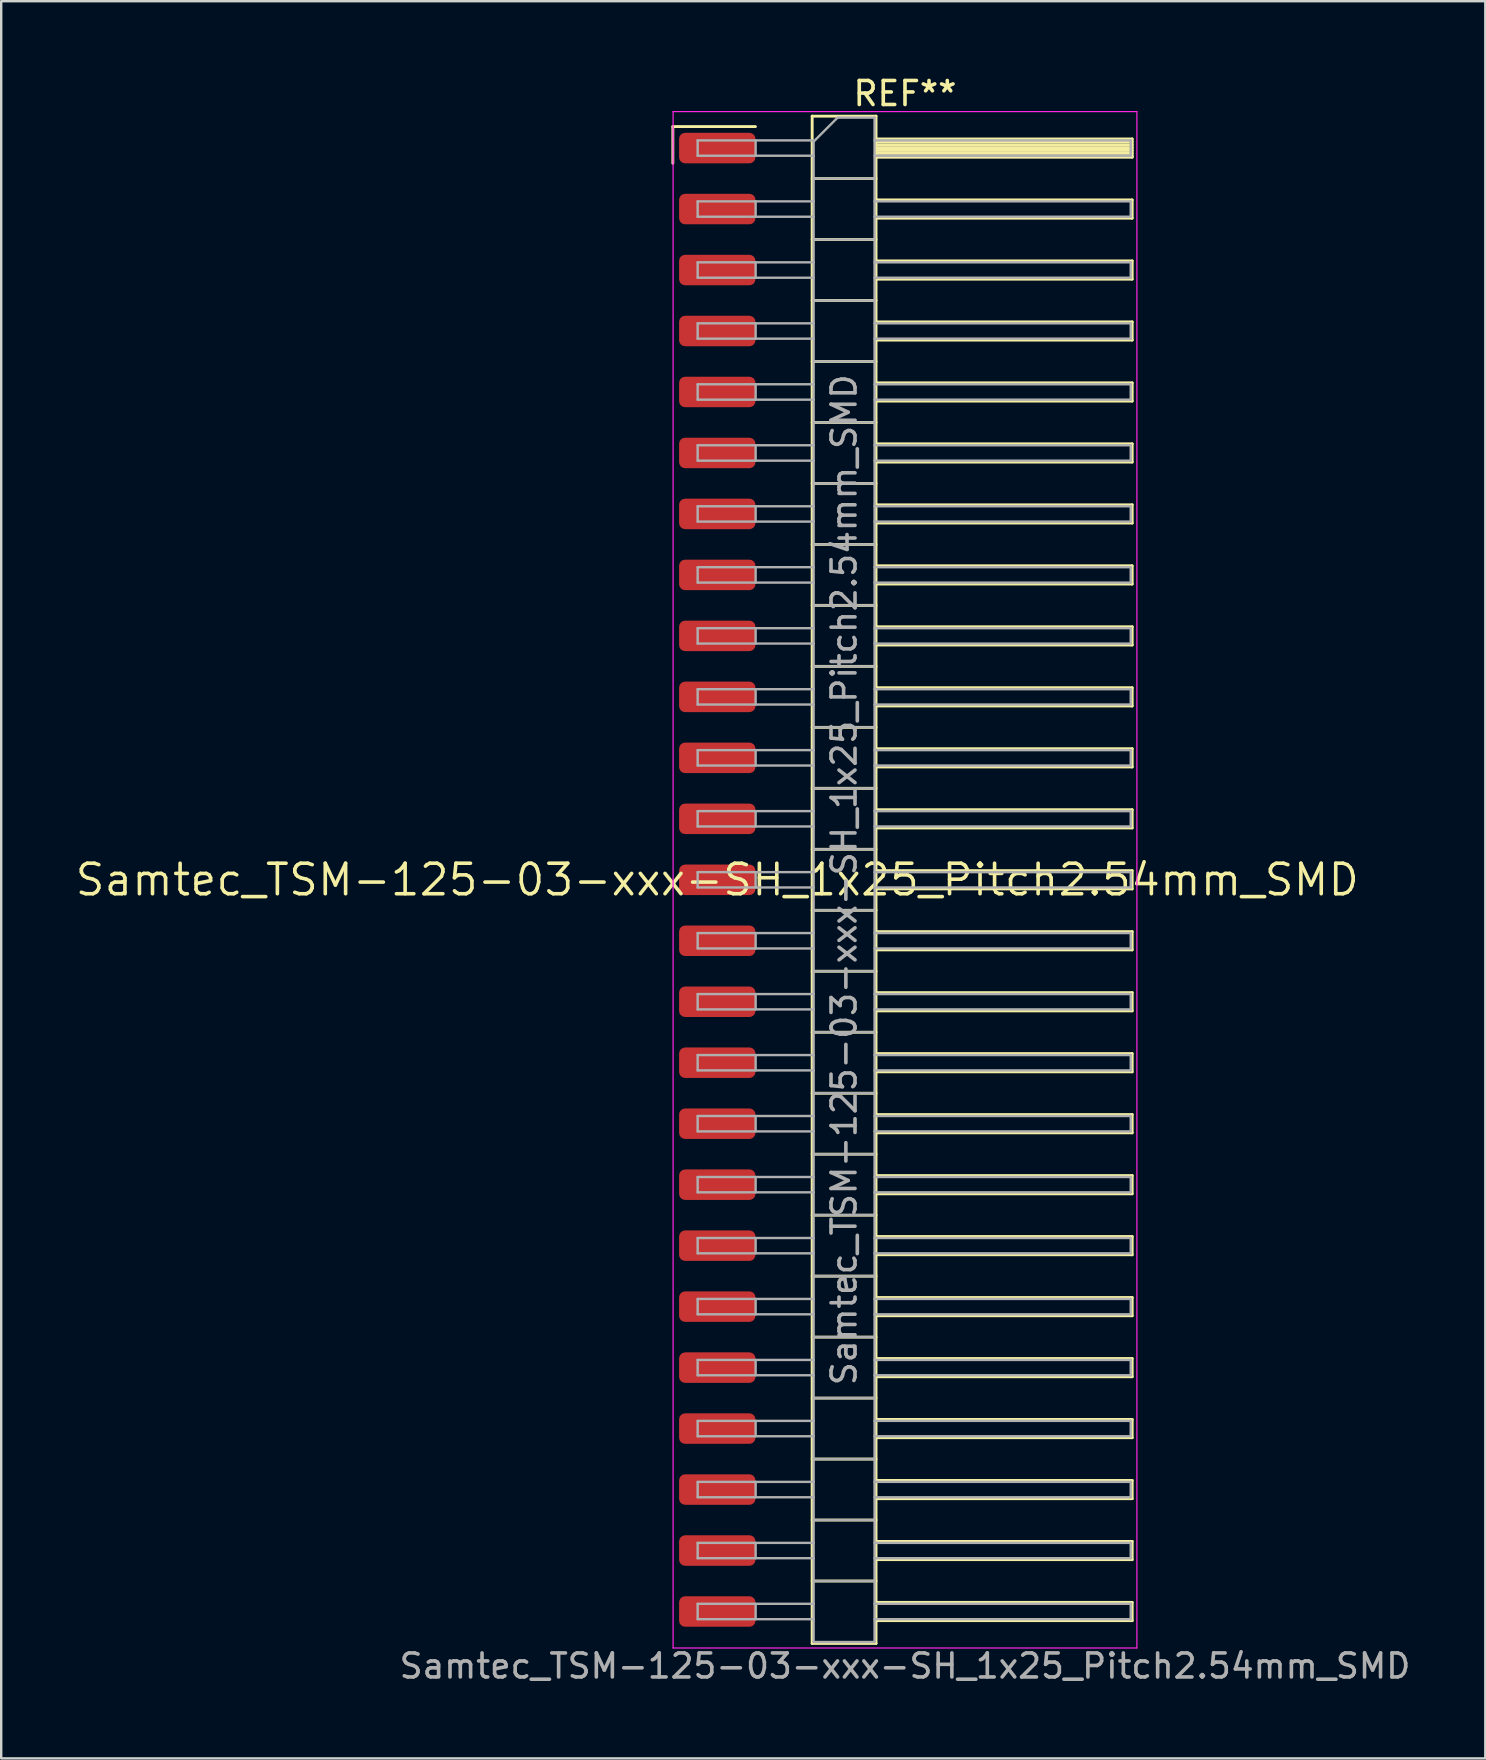
<source format=kicad_pcb>
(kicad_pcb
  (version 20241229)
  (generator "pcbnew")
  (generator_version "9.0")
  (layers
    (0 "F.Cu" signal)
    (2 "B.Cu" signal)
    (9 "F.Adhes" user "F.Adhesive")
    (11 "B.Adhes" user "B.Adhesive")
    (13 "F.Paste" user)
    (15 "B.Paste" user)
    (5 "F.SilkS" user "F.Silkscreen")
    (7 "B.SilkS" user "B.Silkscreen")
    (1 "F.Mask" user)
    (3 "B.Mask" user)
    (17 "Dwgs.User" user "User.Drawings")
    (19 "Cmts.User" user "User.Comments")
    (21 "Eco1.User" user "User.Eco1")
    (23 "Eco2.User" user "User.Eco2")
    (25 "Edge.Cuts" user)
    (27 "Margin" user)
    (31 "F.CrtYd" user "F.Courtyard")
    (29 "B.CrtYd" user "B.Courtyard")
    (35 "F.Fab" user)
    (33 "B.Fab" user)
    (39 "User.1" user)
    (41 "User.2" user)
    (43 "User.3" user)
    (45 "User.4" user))
  (footprint "Samtec_TSM-125-03-xxx-SH_1x25_Pitch2.54mm_SMD"
    (layer "F.Cu")
    (at 26.828 33.598)
    (property "Reference" "Samtec_TSM-125-03-xxx-SH_1x25_Pitch2.54mm_SMD" (at 0 0 0) (layer "F.SilkS") (effects (font (size 1.27 1.27) (thickness 0.15))))
    (attr smd)
    (fp_line (start -1.85 -31.375) (end 1.59 -31.375) (stroke (width 0.12) (type solid)) (layer "F.SilkS"))
    (fp_line (start -1.85 -29.845) (end -1.85 -31.375) (stroke (width 0.12) (type solid)) (layer "F.SilkS"))
    (fp_line (start 3.953 -31.81) (end 6.613 -31.81) (stroke (width 0.12) (type solid)) (layer "F.SilkS"))
    (fp_line (start 3.953 -29.21) (end 6.613 -29.21) (stroke (width 0.12) (type solid)) (layer "F.SilkS"))
    (fp_line (start 3.953 -26.67) (end 6.613 -26.67) (stroke (width 0.12) (type solid)) (layer "F.SilkS"))
    (fp_line (start 3.953 -24.13) (end 6.613 -24.13) (stroke (width 0.12) (type solid)) (layer "F.SilkS"))
    (fp_line (start 3.953 -21.59) (end 6.613 -21.59) (stroke (width 0.12) (type solid)) (layer "F.SilkS"))
    (fp_line (start 3.953 -19.05) (end 6.613 -19.05) (stroke (width 0.12) (type solid)) (layer "F.SilkS"))
    (fp_line (start 3.953 -16.51) (end 6.613 -16.51) (stroke (width 0.12) (type solid)) (layer "F.SilkS"))
    (fp_line (start 3.953 -13.97) (end 6.613 -13.97) (stroke (width 0.12) (type solid)) (layer "F.SilkS"))
    (fp_line (start 3.953 -11.43) (end 6.613 -11.43) (stroke (width 0.12) (type solid)) (layer "F.SilkS"))
    (fp_line (start 3.953 -8.89) (end 6.613 -8.89) (stroke (width 0.12) (type solid)) (layer "F.SilkS"))
    (fp_line (start 3.953 -6.35) (end 6.613 -6.35) (stroke (width 0.12) (type solid)) (layer "F.SilkS"))
    (fp_line (start 3.953 -3.81) (end 6.613 -3.81) (stroke (width 0.12) (type solid)) (layer "F.SilkS"))
    (fp_line (start 3.953 -1.27) (end 6.613 -1.27) (stroke (width 0.12) (type solid)) (layer "F.SilkS"))
    (fp_line (start 3.953 1.27) (end 6.613 1.27) (stroke (width 0.12) (type solid)) (layer "F.SilkS"))
    (fp_line (start 3.953 3.81) (end 6.613 3.81) (stroke (width 0.12) (type solid)) (layer "F.SilkS"))
    (fp_line (start 3.953 6.35) (end 6.613 6.35) (stroke (width 0.12) (type solid)) (layer "F.SilkS"))
    (fp_line (start 3.953 8.89) (end 6.613 8.89) (stroke (width 0.12) (type solid)) (layer "F.SilkS"))
    (fp_line (start 3.953 11.43) (end 6.613 11.43) (stroke (width 0.12) (type solid)) (layer "F.SilkS"))
    (fp_line (start 3.953 13.97) (end 6.613 13.97) (stroke (width 0.12) (type solid)) (layer "F.SilkS"))
    (fp_line (start 3.953 16.51) (end 6.613 16.51) (stroke (width 0.12) (type solid)) (layer "F.SilkS"))
    (fp_line (start 3.953 19.05) (end 6.613 19.05) (stroke (width 0.12) (type solid)) (layer "F.SilkS"))
    (fp_line (start 3.953 21.59) (end 6.613 21.59) (stroke (width 0.12) (type solid)) (layer "F.SilkS"))
    (fp_line (start 3.953 24.13) (end 6.613 24.13) (stroke (width 0.12) (type solid)) (layer "F.SilkS"))
    (fp_line (start 3.953 26.67) (end 6.613 26.67) (stroke (width 0.12) (type solid)) (layer "F.SilkS"))
    (fp_line (start 3.953 29.21) (end 6.613 29.21) (stroke (width 0.12) (type solid)) (layer "F.SilkS"))
    (fp_line (start 3.953 31.81) (end 3.953 -31.81) (stroke (width 0.12) (type solid)) (layer "F.SilkS"))
    (fp_line (start 6.613 -31.81) (end 6.613 31.81) (stroke (width 0.12) (type solid)) (layer "F.SilkS"))
    (fp_line (start 6.613 -30.86) (end 17.283 -30.86) (stroke (width 0.12) (type solid)) (layer "F.SilkS"))
    (fp_line (start 6.613 -30.74) (end 17.283 -30.74) (stroke (width 0.12) (type solid)) (layer "F.SilkS"))
    (fp_line (start 6.613 -30.62) (end 17.283 -30.62) (stroke (width 0.12) (type solid)) (layer "F.SilkS"))
    (fp_line (start 6.613 -30.5) (end 17.283 -30.5) (stroke (width 0.12) (type solid)) (layer "F.SilkS"))
    (fp_line (start 6.613 -30.38) (end 17.283 -30.38) (stroke (width 0.12) (type solid)) (layer "F.SilkS"))
    (fp_line (start 6.613 -30.26) (end 17.283 -30.26) (stroke (width 0.12) (type solid)) (layer "F.SilkS"))
    (fp_line (start 6.613 -30.14) (end 17.283 -30.14) (stroke (width 0.12) (type solid)) (layer "F.SilkS"))
    (fp_line (start 6.613 -30.1) (end 17.283 -30.1) (stroke (width 0.12) (type solid)) (layer "F.SilkS"))
    (fp_line (start 6.613 -28.32) (end 17.283 -28.32) (stroke (width 0.12) (type solid)) (layer "F.SilkS"))
    (fp_line (start 6.613 -27.56) (end 17.283 -27.56) (stroke (width 0.12) (type solid)) (layer "F.SilkS"))
    (fp_line (start 6.613 -25.78) (end 17.283 -25.78) (stroke (width 0.12) (type solid)) (layer "F.SilkS"))
    (fp_line (start 6.613 -25.02) (end 17.283 -25.02) (stroke (width 0.12) (type solid)) (layer "F.SilkS"))
    (fp_line (start 6.613 -23.24) (end 17.283 -23.24) (stroke (width 0.12) (type solid)) (layer "F.SilkS"))
    (fp_line (start 6.613 -22.48) (end 17.283 -22.48) (stroke (width 0.12) (type solid)) (layer "F.SilkS"))
    (fp_line (start 6.613 -20.7) (end 17.283 -20.7) (stroke (width 0.12) (type solid)) (layer "F.SilkS"))
    (fp_line (start 6.613 -19.94) (end 17.283 -19.94) (stroke (width 0.12) (type solid)) (layer "F.SilkS"))
    (fp_line (start 6.613 -18.16) (end 17.283 -18.16) (stroke (width 0.12) (type solid)) (layer "F.SilkS"))
    (fp_line (start 6.613 -17.4) (end 17.283 -17.4) (stroke (width 0.12) (type solid)) (layer "F.SilkS"))
    (fp_line (start 6.613 -15.62) (end 17.283 -15.62) (stroke (width 0.12) (type solid)) (layer "F.SilkS"))
    (fp_line (start 6.613 -14.86) (end 17.283 -14.86) (stroke (width 0.12) (type solid)) (layer "F.SilkS"))
    (fp_line (start 6.613 -13.08) (end 17.283 -13.08) (stroke (width 0.12) (type solid)) (layer "F.SilkS"))
    (fp_line (start 6.613 -12.32) (end 17.283 -12.32) (stroke (width 0.12) (type solid)) (layer "F.SilkS"))
    (fp_line (start 6.613 -10.54) (end 17.283 -10.54) (stroke (width 0.12) (type solid)) (layer "F.SilkS"))
    (fp_line (start 6.613 -9.78) (end 17.283 -9.78) (stroke (width 0.12) (type solid)) (layer "F.SilkS"))
    (fp_line (start 6.613 -8) (end 17.283 -8) (stroke (width 0.12) (type solid)) (layer "F.SilkS"))
    (fp_line (start 6.613 -7.24) (end 17.283 -7.24) (stroke (width 0.12) (type solid)) (layer "F.SilkS"))
    (fp_line (start 6.613 -5.46) (end 17.283 -5.46) (stroke (width 0.12) (type solid)) (layer "F.SilkS"))
    (fp_line (start 6.613 -4.7) (end 17.283 -4.7) (stroke (width 0.12) (type solid)) (layer "F.SilkS"))
    (fp_line (start 6.613 -2.92) (end 17.283 -2.92) (stroke (width 0.12) (type solid)) (layer "F.SilkS"))
    (fp_line (start 6.613 -2.16) (end 17.283 -2.16) (stroke (width 0.12) (type solid)) (layer "F.SilkS"))
    (fp_line (start 6.613 -0.38) (end 17.283 -0.38) (stroke (width 0.12) (type solid)) (layer "F.SilkS"))
    (fp_line (start 6.613 0.38) (end 17.283 0.38) (stroke (width 0.12) (type solid)) (layer "F.SilkS"))
    (fp_line (start 6.613 2.16) (end 17.283 2.16) (stroke (width 0.12) (type solid)) (layer "F.SilkS"))
    (fp_line (start 6.613 2.92) (end 17.283 2.92) (stroke (width 0.12) (type solid)) (layer "F.SilkS"))
    (fp_line (start 6.613 4.7) (end 17.283 4.7) (stroke (width 0.12) (type solid)) (layer "F.SilkS"))
    (fp_line (start 6.613 5.46) (end 17.283 5.46) (stroke (width 0.12) (type solid)) (layer "F.SilkS"))
    (fp_line (start 6.613 7.24) (end 17.283 7.24) (stroke (width 0.12) (type solid)) (layer "F.SilkS"))
    (fp_line (start 6.613 8) (end 17.283 8) (stroke (width 0.12) (type solid)) (layer "F.SilkS"))
    (fp_line (start 6.613 9.78) (end 17.283 9.78) (stroke (width 0.12) (type solid)) (layer "F.SilkS"))
    (fp_line (start 6.613 10.54) (end 17.283 10.54) (stroke (width 0.12) (type solid)) (layer "F.SilkS"))
    (fp_line (start 6.613 12.32) (end 17.283 12.32) (stroke (width 0.12) (type solid)) (layer "F.SilkS"))
    (fp_line (start 6.613 13.08) (end 17.283 13.08) (stroke (width 0.12) (type solid)) (layer "F.SilkS"))
    (fp_line (start 6.613 14.86) (end 17.283 14.86) (stroke (width 0.12) (type solid)) (layer "F.SilkS"))
    (fp_line (start 6.613 15.62) (end 17.283 15.62) (stroke (width 0.12) (type solid)) (layer "F.SilkS"))
    (fp_line (start 6.613 17.4) (end 17.283 17.4) (stroke (width 0.12) (type solid)) (layer "F.SilkS"))
    (fp_line (start 6.613 18.16) (end 17.283 18.16) (stroke (width 0.12) (type solid)) (layer "F.SilkS"))
    (fp_line (start 6.613 19.94) (end 17.283 19.94) (stroke (width 0.12) (type solid)) (layer "F.SilkS"))
    (fp_line (start 6.613 20.7) (end 17.283 20.7) (stroke (width 0.12) (type solid)) (layer "F.SilkS"))
    (fp_line (start 6.613 22.48) (end 17.283 22.48) (stroke (width 0.12) (type solid)) (layer "F.SilkS"))
    (fp_line (start 6.613 23.24) (end 17.283 23.24) (stroke (width 0.12) (type solid)) (layer "F.SilkS"))
    (fp_line (start 6.613 25.02) (end 17.283 25.02) (stroke (width 0.12) (type solid)) (layer "F.SilkS"))
    (fp_line (start 6.613 25.78) (end 17.283 25.78) (stroke (width 0.12) (type solid)) (layer "F.SilkS"))
    (fp_line (start 6.613 27.56) (end 17.283 27.56) (stroke (width 0.12) (type solid)) (layer "F.SilkS"))
    (fp_line (start 6.613 28.32) (end 17.283 28.32) (stroke (width 0.12) (type solid)) (layer "F.SilkS"))
    (fp_line (start 6.613 30.1) (end 17.283 30.1) (stroke (width 0.12) (type solid)) (layer "F.SilkS"))
    (fp_line (start 6.613 30.86) (end 17.283 30.86) (stroke (width 0.12) (type solid)) (layer "F.SilkS"))
    (fp_line (start 6.613 31.81) (end 3.953 31.81) (stroke (width 0.12) (type solid)) (layer "F.SilkS"))
    (fp_line (start 17.283 -30.86) (end 17.283 -30.1) (stroke (width 0.12) (type solid)) (layer "F.SilkS"))
    (fp_line (start 17.283 -28.32) (end 17.283 -27.56) (stroke (width 0.12) (type solid)) (layer "F.SilkS"))
    (fp_line (start 17.283 -25.78) (end 17.283 -25.02) (stroke (width 0.12) (type solid)) (layer "F.SilkS"))
    (fp_line (start 17.283 -23.24) (end 17.283 -22.48) (stroke (width 0.12) (type solid)) (layer "F.SilkS"))
    (fp_line (start 17.283 -20.7) (end 17.283 -19.94) (stroke (width 0.12) (type solid)) (layer "F.SilkS"))
    (fp_line (start 17.283 -18.16) (end 17.283 -17.4) (stroke (width 0.12) (type solid)) (layer "F.SilkS"))
    (fp_line (start 17.283 -15.62) (end 17.283 -14.86) (stroke (width 0.12) (type solid)) (layer "F.SilkS"))
    (fp_line (start 17.283 -13.08) (end 17.283 -12.32) (stroke (width 0.12) (type solid)) (layer "F.SilkS"))
    (fp_line (start 17.283 -10.54) (end 17.283 -9.78) (stroke (width 0.12) (type solid)) (layer "F.SilkS"))
    (fp_line (start 17.283 -8) (end 17.283 -7.24) (stroke (width 0.12) (type solid)) (layer "F.SilkS"))
    (fp_line (start 17.283 -5.46) (end 17.283 -4.7) (stroke (width 0.12) (type solid)) (layer "F.SilkS"))
    (fp_line (start 17.283 -2.92) (end 17.283 -2.16) (stroke (width 0.12) (type solid)) (layer "F.SilkS"))
    (fp_line (start 17.283 -0.38) (end 17.283 0.38) (stroke (width 0.12) (type solid)) (layer "F.SilkS"))
    (fp_line (start 17.283 2.16) (end 17.283 2.92) (stroke (width 0.12) (type solid)) (layer "F.SilkS"))
    (fp_line (start 17.283 4.7) (end 17.283 5.46) (stroke (width 0.12) (type solid)) (layer "F.SilkS"))
    (fp_line (start 17.283 7.24) (end 17.283 8) (stroke (width 0.12) (type solid)) (layer "F.SilkS"))
    (fp_line (start 17.283 9.78) (end 17.283 10.54) (stroke (width 0.12) (type solid)) (layer "F.SilkS"))
    (fp_line (start 17.283 12.32) (end 17.283 13.08) (stroke (width 0.12) (type solid)) (layer "F.SilkS"))
    (fp_line (start 17.283 14.86) (end 17.283 15.62) (stroke (width 0.12) (type solid)) (layer "F.SilkS"))
    (fp_line (start 17.283 17.4) (end 17.283 18.16) (stroke (width 0.12) (type solid)) (layer "F.SilkS"))
    (fp_line (start 17.283 19.94) (end 17.283 20.7) (stroke (width 0.12) (type solid)) (layer "F.SilkS"))
    (fp_line (start 17.283 22.48) (end 17.283 23.24) (stroke (width 0.12) (type solid)) (layer "F.SilkS"))
    (fp_line (start 17.283 25.02) (end 17.283 25.78) (stroke (width 0.12) (type solid)) (layer "F.SilkS"))
    (fp_line (start 17.283 27.56) (end 17.283 28.32) (stroke (width 0.12) (type solid)) (layer "F.SilkS"))
    (fp_line (start 17.283 30.1) (end 17.283 30.86) (stroke (width 0.12) (type solid)) (layer "F.SilkS"))
    (fp_line (start -1.84 -32) (end 17.48 -32) (stroke (width 0.05) (type solid)) (layer "F.CrtYd"))
    (fp_line (start -1.84 32) (end -1.84 -32) (stroke (width 0.05) (type solid)) (layer "F.CrtYd"))
    (fp_line (start 17.48 -32) (end 17.48 32) (stroke (width 0.05) (type solid)) (layer "F.CrtYd"))
    (fp_line (start 17.48 32) (end -1.84 32) (stroke (width 0.05) (type solid)) (layer "F.CrtYd"))
    (fp_line (start -0.817 -30.8) (end -0.817 -30.16) (stroke (width 0.1) (type solid)) (layer "F.Fab"))
    (fp_line (start -0.817 -30.8) (end 4.013 -30.8) (stroke (width 0.1) (type solid)) (layer "F.Fab"))
    (fp_line (start -0.817 -30.16) (end 4.013 -30.16) (stroke (width 0.1) (type solid)) (layer "F.Fab"))
    (fp_line (start -0.817 -28.26) (end -0.817 -27.62) (stroke (width 0.1) (type solid)) (layer "F.Fab"))
    (fp_line (start -0.817 -28.26) (end 4.013 -28.26) (stroke (width 0.1) (type solid)) (layer "F.Fab"))
    (fp_line (start -0.817 -27.62) (end 4.013 -27.62) (stroke (width 0.1) (type solid)) (layer "F.Fab"))
    (fp_line (start -0.817 -25.72) (end -0.817 -25.08) (stroke (width 0.1) (type solid)) (layer "F.Fab"))
    (fp_line (start -0.817 -25.72) (end 4.013 -25.72) (stroke (width 0.1) (type solid)) (layer "F.Fab"))
    (fp_line (start -0.817 -25.08) (end 4.013 -25.08) (stroke (width 0.1) (type solid)) (layer "F.Fab"))
    (fp_line (start -0.817 -23.18) (end -0.817 -22.54) (stroke (width 0.1) (type solid)) (layer "F.Fab"))
    (fp_line (start -0.817 -23.18) (end 4.013 -23.18) (stroke (width 0.1) (type solid)) (layer "F.Fab"))
    (fp_line (start -0.817 -22.54) (end 4.013 -22.54) (stroke (width 0.1) (type solid)) (layer "F.Fab"))
    (fp_line (start -0.817 -20.64) (end -0.817 -20) (stroke (width 0.1) (type solid)) (layer "F.Fab"))
    (fp_line (start -0.817 -20.64) (end 4.013 -20.64) (stroke (width 0.1) (type solid)) (layer "F.Fab"))
    (fp_line (start -0.817 -20) (end 4.013 -20) (stroke (width 0.1) (type solid)) (layer "F.Fab"))
    (fp_line (start -0.817 -18.1) (end -0.817 -17.46) (stroke (width 0.1) (type solid)) (layer "F.Fab"))
    (fp_line (start -0.817 -18.1) (end 4.013 -18.1) (stroke (width 0.1) (type solid)) (layer "F.Fab"))
    (fp_line (start -0.817 -17.46) (end 4.013 -17.46) (stroke (width 0.1) (type solid)) (layer "F.Fab"))
    (fp_line (start -0.817 -15.56) (end -0.817 -14.92) (stroke (width 0.1) (type solid)) (layer "F.Fab"))
    (fp_line (start -0.817 -15.56) (end 4.013 -15.56) (stroke (width 0.1) (type solid)) (layer "F.Fab"))
    (fp_line (start -0.817 -14.92) (end 4.013 -14.92) (stroke (width 0.1) (type solid)) (layer "F.Fab"))
    (fp_line (start -0.817 -13.02) (end -0.817 -12.38) (stroke (width 0.1) (type solid)) (layer "F.Fab"))
    (fp_line (start -0.817 -13.02) (end 4.013 -13.02) (stroke (width 0.1) (type solid)) (layer "F.Fab"))
    (fp_line (start -0.817 -12.38) (end 4.013 -12.38) (stroke (width 0.1) (type solid)) (layer "F.Fab"))
    (fp_line (start -0.817 -10.48) (end -0.817 -9.84) (stroke (width 0.1) (type solid)) (layer "F.Fab"))
    (fp_line (start -0.817 -10.48) (end 4.013 -10.48) (stroke (width 0.1) (type solid)) (layer "F.Fab"))
    (fp_line (start -0.817 -9.84) (end 4.013 -9.84) (stroke (width 0.1) (type solid)) (layer "F.Fab"))
    (fp_line (start -0.817 -7.94) (end -0.817 -7.3) (stroke (width 0.1) (type solid)) (layer "F.Fab"))
    (fp_line (start -0.817 -7.94) (end 4.013 -7.94) (stroke (width 0.1) (type solid)) (layer "F.Fab"))
    (fp_line (start -0.817 -7.3) (end 4.013 -7.3) (stroke (width 0.1) (type solid)) (layer "F.Fab"))
    (fp_line (start -0.817 -5.4) (end -0.817 -4.76) (stroke (width 0.1) (type solid)) (layer "F.Fab"))
    (fp_line (start -0.817 -5.4) (end 4.013 -5.4) (stroke (width 0.1) (type solid)) (layer "F.Fab"))
    (fp_line (start -0.817 -4.76) (end 4.013 -4.76) (stroke (width 0.1) (type solid)) (layer "F.Fab"))
    (fp_line (start -0.817 -2.86) (end -0.817 -2.22) (stroke (width 0.1) (type solid)) (layer "F.Fab"))
    (fp_line (start -0.817 -2.86) (end 4.013 -2.86) (stroke (width 0.1) (type solid)) (layer "F.Fab"))
    (fp_line (start -0.817 -2.22) (end 4.013 -2.22) (stroke (width 0.1) (type solid)) (layer "F.Fab"))
    (fp_line (start -0.817 -0.32) (end -0.817 0.32) (stroke (width 0.1) (type solid)) (layer "F.Fab"))
    (fp_line (start -0.817 -0.32) (end 4.013 -0.32) (stroke (width 0.1) (type solid)) (layer "F.Fab"))
    (fp_line (start -0.817 0.32) (end 4.013 0.32) (stroke (width 0.1) (type solid)) (layer "F.Fab"))
    (fp_line (start -0.817 2.22) (end -0.817 2.86) (stroke (width 0.1) (type solid)) (layer "F.Fab"))
    (fp_line (start -0.817 2.22) (end 4.013 2.22) (stroke (width 0.1) (type solid)) (layer "F.Fab"))
    (fp_line (start -0.817 2.86) (end 4.013 2.86) (stroke (width 0.1) (type solid)) (layer "F.Fab"))
    (fp_line (start -0.817 4.76) (end -0.817 5.4) (stroke (width 0.1) (type solid)) (layer "F.Fab"))
    (fp_line (start -0.817 4.76) (end 4.013 4.76) (stroke (width 0.1) (type solid)) (layer "F.Fab"))
    (fp_line (start -0.817 5.4) (end 4.013 5.4) (stroke (width 0.1) (type solid)) (layer "F.Fab"))
    (fp_line (start -0.817 7.3) (end -0.817 7.94) (stroke (width 0.1) (type solid)) (layer "F.Fab"))
    (fp_line (start -0.817 7.3) (end 4.013 7.3) (stroke (width 0.1) (type solid)) (layer "F.Fab"))
    (fp_line (start -0.817 7.94) (end 4.013 7.94) (stroke (width 0.1) (type solid)) (layer "F.Fab"))
    (fp_line (start -0.817 9.84) (end -0.817 10.48) (stroke (width 0.1) (type solid)) (layer "F.Fab"))
    (fp_line (start -0.817 9.84) (end 4.013 9.84) (stroke (width 0.1) (type solid)) (layer "F.Fab"))
    (fp_line (start -0.817 10.48) (end 4.013 10.48) (stroke (width 0.1) (type solid)) (layer "F.Fab"))
    (fp_line (start -0.817 12.38) (end -0.817 13.02) (stroke (width 0.1) (type solid)) (layer "F.Fab"))
    (fp_line (start -0.817 12.38) (end 4.013 12.38) (stroke (width 0.1) (type solid)) (layer "F.Fab"))
    (fp_line (start -0.817 13.02) (end 4.013 13.02) (stroke (width 0.1) (type solid)) (layer "F.Fab"))
    (fp_line (start -0.817 14.92) (end -0.817 15.56) (stroke (width 0.1) (type solid)) (layer "F.Fab"))
    (fp_line (start -0.817 14.92) (end 4.013 14.92) (stroke (width 0.1) (type solid)) (layer "F.Fab"))
    (fp_line (start -0.817 15.56) (end 4.013 15.56) (stroke (width 0.1) (type solid)) (layer "F.Fab"))
    (fp_line (start -0.817 17.46) (end -0.817 18.1) (stroke (width 0.1) (type solid)) (layer "F.Fab"))
    (fp_line (start -0.817 17.46) (end 4.013 17.46) (stroke (width 0.1) (type solid)) (layer "F.Fab"))
    (fp_line (start -0.817 18.1) (end 4.013 18.1) (stroke (width 0.1) (type solid)) (layer "F.Fab"))
    (fp_line (start -0.817 20) (end -0.817 20.64) (stroke (width 0.1) (type solid)) (layer "F.Fab"))
    (fp_line (start -0.817 20) (end 4.013 20) (stroke (width 0.1) (type solid)) (layer "F.Fab"))
    (fp_line (start -0.817 20.64) (end 4.013 20.64) (stroke (width 0.1) (type solid)) (layer "F.Fab"))
    (fp_line (start -0.817 22.54) (end -0.817 23.18) (stroke (width 0.1) (type solid)) (layer "F.Fab"))
    (fp_line (start -0.817 22.54) (end 4.013 22.54) (stroke (width 0.1) (type solid)) (layer "F.Fab"))
    (fp_line (start -0.817 23.18) (end 4.013 23.18) (stroke (width 0.1) (type solid)) (layer "F.Fab"))
    (fp_line (start -0.817 25.08) (end -0.817 25.72) (stroke (width 0.1) (type solid)) (layer "F.Fab"))
    (fp_line (start -0.817 25.08) (end 4.013 25.08) (stroke (width 0.1) (type solid)) (layer "F.Fab"))
    (fp_line (start -0.817 25.72) (end 4.013 25.72) (stroke (width 0.1) (type solid)) (layer "F.Fab"))
    (fp_line (start -0.817 27.62) (end -0.817 28.26) (stroke (width 0.1) (type solid)) (layer "F.Fab"))
    (fp_line (start -0.817 27.62) (end 4.013 27.62) (stroke (width 0.1) (type solid)) (layer "F.Fab"))
    (fp_line (start -0.817 28.26) (end 4.013 28.26) (stroke (width 0.1) (type solid)) (layer "F.Fab"))
    (fp_line (start -0.817 30.16) (end -0.817 30.8) (stroke (width 0.1) (type solid)) (layer "F.Fab"))
    (fp_line (start -0.817 30.16) (end 4.013 30.16) (stroke (width 0.1) (type solid)) (layer "F.Fab"))
    (fp_line (start -0.817 30.8) (end 4.013 30.8) (stroke (width 0.1) (type solid)) (layer "F.Fab"))
    (fp_line (start 1.598 -30.8) (end 1.598 -30.16) (stroke (width 0.1) (type solid)) (layer "F.Fab"))
    (fp_line (start 1.598 -28.26) (end 1.598 -27.62) (stroke (width 0.1) (type solid)) (layer "F.Fab"))
    (fp_line (start 1.598 -25.72) (end 1.598 -25.08) (stroke (width 0.1) (type solid)) (layer "F.Fab"))
    (fp_line (start 1.598 -23.18) (end 1.598 -22.54) (stroke (width 0.1) (type solid)) (layer "F.Fab"))
    (fp_line (start 1.598 -20.64) (end 1.598 -20) (stroke (width 0.1) (type solid)) (layer "F.Fab"))
    (fp_line (start 1.598 -18.1) (end 1.598 -17.46) (stroke (width 0.1) (type solid)) (layer "F.Fab"))
    (fp_line (start 1.598 -15.56) (end 1.598 -14.92) (stroke (width 0.1) (type solid)) (layer "F.Fab"))
    (fp_line (start 1.598 -13.02) (end 1.598 -12.38) (stroke (width 0.1) (type solid)) (layer "F.Fab"))
    (fp_line (start 1.598 -10.48) (end 1.598 -9.84) (stroke (width 0.1) (type solid)) (layer "F.Fab"))
    (fp_line (start 1.598 -7.94) (end 1.598 -7.3) (stroke (width 0.1) (type solid)) (layer "F.Fab"))
    (fp_line (start 1.598 -5.4) (end 1.598 -4.76) (stroke (width 0.1) (type solid)) (layer "F.Fab"))
    (fp_line (start 1.598 -2.86) (end 1.598 -2.22) (stroke (width 0.1) (type solid)) (layer "F.Fab"))
    (fp_line (start 1.598 -0.32) (end 1.598 0.32) (stroke (width 0.1) (type solid)) (layer "F.Fab"))
    (fp_line (start 1.598 2.22) (end 1.598 2.86) (stroke (width 0.1) (type solid)) (layer "F.Fab"))
    (fp_line (start 1.598 4.76) (end 1.598 5.4) (stroke (width 0.1) (type solid)) (layer "F.Fab"))
    (fp_line (start 1.598 7.3) (end 1.598 7.94) (stroke (width 0.1) (type solid)) (layer "F.Fab"))
    (fp_line (start 1.598 9.84) (end 1.598 10.48) (stroke (width 0.1) (type solid)) (layer "F.Fab"))
    (fp_line (start 1.598 12.38) (end 1.598 13.02) (stroke (width 0.1) (type solid)) (layer "F.Fab"))
    (fp_line (start 1.598 14.92) (end 1.598 15.56) (stroke (width 0.1) (type solid)) (layer "F.Fab"))
    (fp_line (start 1.598 17.46) (end 1.598 18.1) (stroke (width 0.1) (type solid)) (layer "F.Fab"))
    (fp_line (start 1.598 20) (end 1.598 20.64) (stroke (width 0.1) (type solid)) (layer "F.Fab"))
    (fp_line (start 1.598 22.54) (end 1.598 23.18) (stroke (width 0.1) (type solid)) (layer "F.Fab"))
    (fp_line (start 1.598 25.08) (end 1.598 25.72) (stroke (width 0.1) (type solid)) (layer "F.Fab"))
    (fp_line (start 1.598 27.62) (end 1.598 28.26) (stroke (width 0.1) (type solid)) (layer "F.Fab"))
    (fp_line (start 1.598 30.16) (end 1.598 30.8) (stroke (width 0.1) (type solid)) (layer "F.Fab"))
    (fp_line (start 4.013 -30.75) (end 5.013 -31.75) (stroke (width 0.1) (type solid)) (layer "F.Fab"))
    (fp_line (start 4.013 -29.21) (end 6.553 -29.21) (stroke (width 0.1) (type solid)) (layer "F.Fab"))
    (fp_line (start 4.013 -26.67) (end 6.553 -26.67) (stroke (width 0.1) (type solid)) (layer "F.Fab"))
    (fp_line (start 4.013 -24.13) (end 6.553 -24.13) (stroke (width 0.1) (type solid)) (layer "F.Fab"))
    (fp_line (start 4.013 -21.59) (end 6.553 -21.59) (stroke (width 0.1) (type solid)) (layer "F.Fab"))
    (fp_line (start 4.013 -19.05) (end 6.553 -19.05) (stroke (width 0.1) (type solid)) (layer "F.Fab"))
    (fp_line (start 4.013 -16.51) (end 6.553 -16.51) (stroke (width 0.1) (type solid)) (layer "F.Fab"))
    (fp_line (start 4.013 -13.97) (end 6.553 -13.97) (stroke (width 0.1) (type solid)) (layer "F.Fab"))
    (fp_line (start 4.013 -11.43) (end 6.553 -11.43) (stroke (width 0.1) (type solid)) (layer "F.Fab"))
    (fp_line (start 4.013 -8.89) (end 6.553 -8.89) (stroke (width 0.1) (type solid)) (layer "F.Fab"))
    (fp_line (start 4.013 -6.35) (end 6.553 -6.35) (stroke (width 0.1) (type solid)) (layer "F.Fab"))
    (fp_line (start 4.013 -3.81) (end 6.553 -3.81) (stroke (width 0.1) (type solid)) (layer "F.Fab"))
    (fp_line (start 4.013 -1.27) (end 6.553 -1.27) (stroke (width 0.1) (type solid)) (layer "F.Fab"))
    (fp_line (start 4.013 1.27) (end 6.553 1.27) (stroke (width 0.1) (type solid)) (layer "F.Fab"))
    (fp_line (start 4.013 3.81) (end 6.553 3.81) (stroke (width 0.1) (type solid)) (layer "F.Fab"))
    (fp_line (start 4.013 6.35) (end 6.553 6.35) (stroke (width 0.1) (type solid)) (layer "F.Fab"))
    (fp_line (start 4.013 8.89) (end 6.553 8.89) (stroke (width 0.1) (type solid)) (layer "F.Fab"))
    (fp_line (start 4.013 11.43) (end 6.553 11.43) (stroke (width 0.1) (type solid)) (layer "F.Fab"))
    (fp_line (start 4.013 13.97) (end 6.553 13.97) (stroke (width 0.1) (type solid)) (layer "F.Fab"))
    (fp_line (start 4.013 16.51) (end 6.553 16.51) (stroke (width 0.1) (type solid)) (layer "F.Fab"))
    (fp_line (start 4.013 19.05) (end 6.553 19.05) (stroke (width 0.1) (type solid)) (layer "F.Fab"))
    (fp_line (start 4.013 21.59) (end 6.553 21.59) (stroke (width 0.1) (type solid)) (layer "F.Fab"))
    (fp_line (start 4.013 24.13) (end 6.553 24.13) (stroke (width 0.1) (type solid)) (layer "F.Fab"))
    (fp_line (start 4.013 26.67) (end 6.553 26.67) (stroke (width 0.1) (type solid)) (layer "F.Fab"))
    (fp_line (start 4.013 29.21) (end 6.553 29.21) (stroke (width 0.1) (type solid)) (layer "F.Fab"))
    (fp_line (start 4.013 31.75) (end 4.013 -30.75) (stroke (width 0.1) (type solid)) (layer "F.Fab"))
    (fp_line (start 5.013 -31.75) (end 6.553 -31.75) (stroke (width 0.1) (type solid)) (layer "F.Fab"))
    (fp_line (start 6.553 -31.75) (end 6.553 31.75) (stroke (width 0.1) (type solid)) (layer "F.Fab"))
    (fp_line (start 6.553 -30.8) (end 17.223 -30.8) (stroke (width 0.1) (type solid)) (layer "F.Fab"))
    (fp_line (start 6.553 -30.16) (end 17.223 -30.16) (stroke (width 0.1) (type solid)) (layer "F.Fab"))
    (fp_line (start 6.553 -28.26) (end 17.223 -28.26) (stroke (width 0.1) (type solid)) (layer "F.Fab"))
    (fp_line (start 6.553 -27.62) (end 17.223 -27.62) (stroke (width 0.1) (type solid)) (layer "F.Fab"))
    (fp_line (start 6.553 -25.72) (end 17.223 -25.72) (stroke (width 0.1) (type solid)) (layer "F.Fab"))
    (fp_line (start 6.553 -25.08) (end 17.223 -25.08) (stroke (width 0.1) (type solid)) (layer "F.Fab"))
    (fp_line (start 6.553 -23.18) (end 17.223 -23.18) (stroke (width 0.1) (type solid)) (layer "F.Fab"))
    (fp_line (start 6.553 -22.54) (end 17.223 -22.54) (stroke (width 0.1) (type solid)) (layer "F.Fab"))
    (fp_line (start 6.553 -20.64) (end 17.223 -20.64) (stroke (width 0.1) (type solid)) (layer "F.Fab"))
    (fp_line (start 6.553 -20) (end 17.223 -20) (stroke (width 0.1) (type solid)) (layer "F.Fab"))
    (fp_line (start 6.553 -18.1) (end 17.223 -18.1) (stroke (width 0.1) (type solid)) (layer "F.Fab"))
    (fp_line (start 6.553 -17.46) (end 17.223 -17.46) (stroke (width 0.1) (type solid)) (layer "F.Fab"))
    (fp_line (start 6.553 -15.56) (end 17.223 -15.56) (stroke (width 0.1) (type solid)) (layer "F.Fab"))
    (fp_line (start 6.553 -14.92) (end 17.223 -14.92) (stroke (width 0.1) (type solid)) (layer "F.Fab"))
    (fp_line (start 6.553 -13.02) (end 17.223 -13.02) (stroke (width 0.1) (type solid)) (layer "F.Fab"))
    (fp_line (start 6.553 -12.38) (end 17.223 -12.38) (stroke (width 0.1) (type solid)) (layer "F.Fab"))
    (fp_line (start 6.553 -10.48) (end 17.223 -10.48) (stroke (width 0.1) (type solid)) (layer "F.Fab"))
    (fp_line (start 6.553 -9.84) (end 17.223 -9.84) (stroke (width 0.1) (type solid)) (layer "F.Fab"))
    (fp_line (start 6.553 -7.94) (end 17.223 -7.94) (stroke (width 0.1) (type solid)) (layer "F.Fab"))
    (fp_line (start 6.553 -7.3) (end 17.223 -7.3) (stroke (width 0.1) (type solid)) (layer "F.Fab"))
    (fp_line (start 6.553 -5.4) (end 17.223 -5.4) (stroke (width 0.1) (type solid)) (layer "F.Fab"))
    (fp_line (start 6.553 -4.76) (end 17.223 -4.76) (stroke (width 0.1) (type solid)) (layer "F.Fab"))
    (fp_line (start 6.553 -2.86) (end 17.223 -2.86) (stroke (width 0.1) (type solid)) (layer "F.Fab"))
    (fp_line (start 6.553 -2.22) (end 17.223 -2.22) (stroke (width 0.1) (type solid)) (layer "F.Fab"))
    (fp_line (start 6.553 -0.32) (end 17.223 -0.32) (stroke (width 0.1) (type solid)) (layer "F.Fab"))
    (fp_line (start 6.553 0.32) (end 17.223 0.32) (stroke (width 0.1) (type solid)) (layer "F.Fab"))
    (fp_line (start 6.553 2.22) (end 17.223 2.22) (stroke (width 0.1) (type solid)) (layer "F.Fab"))
    (fp_line (start 6.553 2.86) (end 17.223 2.86) (stroke (width 0.1) (type solid)) (layer "F.Fab"))
    (fp_line (start 6.553 4.76) (end 17.223 4.76) (stroke (width 0.1) (type solid)) (layer "F.Fab"))
    (fp_line (start 6.553 5.4) (end 17.223 5.4) (stroke (width 0.1) (type solid)) (layer "F.Fab"))
    (fp_line (start 6.553 7.3) (end 17.223 7.3) (stroke (width 0.1) (type solid)) (layer "F.Fab"))
    (fp_line (start 6.553 7.94) (end 17.223 7.94) (stroke (width 0.1) (type solid)) (layer "F.Fab"))
    (fp_line (start 6.553 9.84) (end 17.223 9.84) (stroke (width 0.1) (type solid)) (layer "F.Fab"))
    (fp_line (start 6.553 10.48) (end 17.223 10.48) (stroke (width 0.1) (type solid)) (layer "F.Fab"))
    (fp_line (start 6.553 12.38) (end 17.223 12.38) (stroke (width 0.1) (type solid)) (layer "F.Fab"))
    (fp_line (start 6.553 13.02) (end 17.223 13.02) (stroke (width 0.1) (type solid)) (layer "F.Fab"))
    (fp_line (start 6.553 14.92) (end 17.223 14.92) (stroke (width 0.1) (type solid)) (layer "F.Fab"))
    (fp_line (start 6.553 15.56) (end 17.223 15.56) (stroke (width 0.1) (type solid)) (layer "F.Fab"))
    (fp_line (start 6.553 17.46) (end 17.223 17.46) (stroke (width 0.1) (type solid)) (layer "F.Fab"))
    (fp_line (start 6.553 18.1) (end 17.223 18.1) (stroke (width 0.1) (type solid)) (layer "F.Fab"))
    (fp_line (start 6.553 20) (end 17.223 20) (stroke (width 0.1) (type solid)) (layer "F.Fab"))
    (fp_line (start 6.553 20.64) (end 17.223 20.64) (stroke (width 0.1) (type solid)) (layer "F.Fab"))
    (fp_line (start 6.553 22.54) (end 17.223 22.54) (stroke (width 0.1) (type solid)) (layer "F.Fab"))
    (fp_line (start 6.553 23.18) (end 17.223 23.18) (stroke (width 0.1) (type solid)) (layer "F.Fab"))
    (fp_line (start 6.553 25.08) (end 17.223 25.08) (stroke (width 0.1) (type solid)) (layer "F.Fab"))
    (fp_line (start 6.553 25.72) (end 17.223 25.72) (stroke (width 0.1) (type solid)) (layer "F.Fab"))
    (fp_line (start 6.553 27.62) (end 17.223 27.62) (stroke (width 0.1) (type solid)) (layer "F.Fab"))
    (fp_line (start 6.553 28.26) (end 17.223 28.26) (stroke (width 0.1) (type solid)) (layer "F.Fab"))
    (fp_line (start 6.553 30.16) (end 17.223 30.16) (stroke (width 0.1) (type solid)) (layer "F.Fab"))
    (fp_line (start 6.553 30.8) (end 17.223 30.8) (stroke (width 0.1) (type solid)) (layer "F.Fab"))
    (fp_line (start 6.553 31.75) (end 4.013 31.75) (stroke (width 0.1) (type solid)) (layer "F.Fab"))
    (fp_line (start 17.223 -30.8) (end 17.223 -30.16) (stroke (width 0.1) (type solid)) (layer "F.Fab"))
    (fp_line (start 17.223 -28.26) (end 17.223 -27.62) (stroke (width 0.1) (type solid)) (layer "F.Fab"))
    (fp_line (start 17.223 -25.72) (end 17.223 -25.08) (stroke (width 0.1) (type solid)) (layer "F.Fab"))
    (fp_line (start 17.223 -23.18) (end 17.223 -22.54) (stroke (width 0.1) (type solid)) (layer "F.Fab"))
    (fp_line (start 17.223 -20.64) (end 17.223 -20) (stroke (width 0.1) (type solid)) (layer "F.Fab"))
    (fp_line (start 17.223 -18.1) (end 17.223 -17.46) (stroke (width 0.1) (type solid)) (layer "F.Fab"))
    (fp_line (start 17.223 -15.56) (end 17.223 -14.92) (stroke (width 0.1) (type solid)) (layer "F.Fab"))
    (fp_line (start 17.223 -13.02) (end 17.223 -12.38) (stroke (width 0.1) (type solid)) (layer "F.Fab"))
    (fp_line (start 17.223 -10.48) (end 17.223 -9.84) (stroke (width 0.1) (type solid)) (layer "F.Fab"))
    (fp_line (start 17.223 -7.94) (end 17.223 -7.3) (stroke (width 0.1) (type solid)) (layer "F.Fab"))
    (fp_line (start 17.223 -5.4) (end 17.223 -4.76) (stroke (width 0.1) (type solid)) (layer "F.Fab"))
    (fp_line (start 17.223 -2.86) (end 17.223 -2.22) (stroke (width 0.1) (type solid)) (layer "F.Fab"))
    (fp_line (start 17.223 -0.32) (end 17.223 0.32) (stroke (width 0.1) (type solid)) (layer "F.Fab"))
    (fp_line (start 17.223 2.22) (end 17.223 2.86) (stroke (width 0.1) (type solid)) (layer "F.Fab"))
    (fp_line (start 17.223 4.76) (end 17.223 5.4) (stroke (width 0.1) (type solid)) (layer "F.Fab"))
    (fp_line (start 17.223 7.3) (end 17.223 7.94) (stroke (width 0.1) (type solid)) (layer "F.Fab"))
    (fp_line (start 17.223 9.84) (end 17.223 10.48) (stroke (width 0.1) (type solid)) (layer "F.Fab"))
    (fp_line (start 17.223 12.38) (end 17.223 13.02) (stroke (width 0.1) (type solid)) (layer "F.Fab"))
    (fp_line (start 17.223 14.92) (end 17.223 15.56) (stroke (width 0.1) (type solid)) (layer "F.Fab"))
    (fp_line (start 17.223 17.46) (end 17.223 18.1) (stroke (width 0.1) (type solid)) (layer "F.Fab"))
    (fp_line (start 17.223 20) (end 17.223 20.64) (stroke (width 0.1) (type solid)) (layer "F.Fab"))
    (fp_line (start 17.223 22.54) (end 17.223 23.18) (stroke (width 0.1) (type solid)) (layer "F.Fab"))
    (fp_line (start 17.223 25.08) (end 17.223 25.72) (stroke (width 0.1) (type solid)) (layer "F.Fab"))
    (fp_line (start 17.223 27.62) (end 17.223 28.26) (stroke (width 0.1) (type solid)) (layer "F.Fab"))
    (fp_line (start 17.223 30.16) (end 17.223 30.8) (stroke (width 0.1) (type solid)) (layer "F.Fab"))
    (fp_text user "REF**" (at 7.82 -32.75 0) (layer "F.SilkS") (effects (font (size 1 1) (thickness 0.15))))
    (fp_text user "Samtec_TSM-125-03-xxx-SH_1x25_Pitch2.54mm_SMD" (at 7.82 32.75 0) (layer "F.Fab") (effects (font (size 1 1) (thickness 0.15))))
    (fp_text user "${REFERENCE}" (at 5.283 0 90) (layer "F.Fab") (effects (font (size 1 1) (thickness 0.15))))
    (pad "1" smd roundrect (at 0 -30.48) (size 3.18 1.27) (layers "F.Cu" "F.Mask" "F.Paste") (roundrect_rratio 0.197))
    (pad "2" smd roundrect (at 0 -27.94) (size 3.18 1.27) (layers "F.Cu" "F.Mask" "F.Paste") (roundrect_rratio 0.197))
    (pad "3" smd roundrect (at 0 -25.4) (size 3.18 1.27) (layers "F.Cu" "F.Mask" "F.Paste") (roundrect_rratio 0.197))
    (pad "4" smd roundrect (at 0 -22.86) (size 3.18 1.27) (layers "F.Cu" "F.Mask" "F.Paste") (roundrect_rratio 0.197))
    (pad "5" smd roundrect (at 0 -20.32) (size 3.18 1.27) (layers "F.Cu" "F.Mask" "F.Paste") (roundrect_rratio 0.197))
    (pad "6" smd roundrect (at 0 -17.78) (size 3.18 1.27) (layers "F.Cu" "F.Mask" "F.Paste") (roundrect_rratio 0.197))
    (pad "7" smd roundrect (at 0 -15.24) (size 3.18 1.27) (layers "F.Cu" "F.Mask" "F.Paste") (roundrect_rratio 0.197))
    (pad "8" smd roundrect (at 0 -12.7) (size 3.18 1.27) (layers "F.Cu" "F.Mask" "F.Paste") (roundrect_rratio 0.197))
    (pad "9" smd roundrect (at 0 -10.16) (size 3.18 1.27) (layers "F.Cu" "F.Mask" "F.Paste") (roundrect_rratio 0.197))
    (pad "10" smd roundrect (at 0 -7.62) (size 3.18 1.27) (layers "F.Cu" "F.Mask" "F.Paste") (roundrect_rratio 0.197))
    (pad "11" smd roundrect (at 0 -5.08) (size 3.18 1.27) (layers "F.Cu" "F.Mask" "F.Paste") (roundrect_rratio 0.197))
    (pad "12" smd roundrect (at 0 -2.54) (size 3.18 1.27) (layers "F.Cu" "F.Mask" "F.Paste") (roundrect_rratio 0.197))
    (pad "13" smd roundrect (at 0 0) (size 3.18 1.27) (layers "F.Cu" "F.Mask" "F.Paste") (roundrect_rratio 0.197))
    (pad "14" smd roundrect (at 0 2.54) (size 3.18 1.27) (layers "F.Cu" "F.Mask" "F.Paste") (roundrect_rratio 0.197))
    (pad "15" smd roundrect (at 0 5.08) (size 3.18 1.27) (layers "F.Cu" "F.Mask" "F.Paste") (roundrect_rratio 0.197))
    (pad "16" smd roundrect (at 0 7.62) (size 3.18 1.27) (layers "F.Cu" "F.Mask" "F.Paste") (roundrect_rratio 0.197))
    (pad "17" smd roundrect (at 0 10.16) (size 3.18 1.27) (layers "F.Cu" "F.Mask" "F.Paste") (roundrect_rratio 0.197))
    (pad "18" smd roundrect (at 0 12.7) (size 3.18 1.27) (layers "F.Cu" "F.Mask" "F.Paste") (roundrect_rratio 0.197))
    (pad "19" smd roundrect (at 0 15.24) (size 3.18 1.27) (layers "F.Cu" "F.Mask" "F.Paste") (roundrect_rratio 0.197))
    (pad "20" smd roundrect (at 0 17.78) (size 3.18 1.27) (layers "F.Cu" "F.Mask" "F.Paste") (roundrect_rratio 0.197))
    (pad "21" smd roundrect (at 0 20.32) (size 3.18 1.27) (layers "F.Cu" "F.Mask" "F.Paste") (roundrect_rratio 0.197))
    (pad "22" smd roundrect (at 0 22.86) (size 3.18 1.27) (layers "F.Cu" "F.Mask" "F.Paste") (roundrect_rratio 0.197))
    (pad "23" smd roundrect (at 0 25.4) (size 3.18 1.27) (layers "F.Cu" "F.Mask" "F.Paste") (roundrect_rratio 0.197))
    (pad "24" smd roundrect (at 0 27.94) (size 3.18 1.27) (layers "F.Cu" "F.Mask" "F.Paste") (roundrect_rratio 0.197))
    (pad "25" smd roundrect (at 0 30.48) (size 3.18 1.27) (layers "F.Cu" "F.Mask" "F.Paste") (roundrect_rratio 0.197)))
  (gr_rect
    (start -3 -3)
    (end 58.821 70.197)
    (stroke (width 0.1) (type default))
    (fill no)
    (layer "Edge.Cuts")))
</source>
